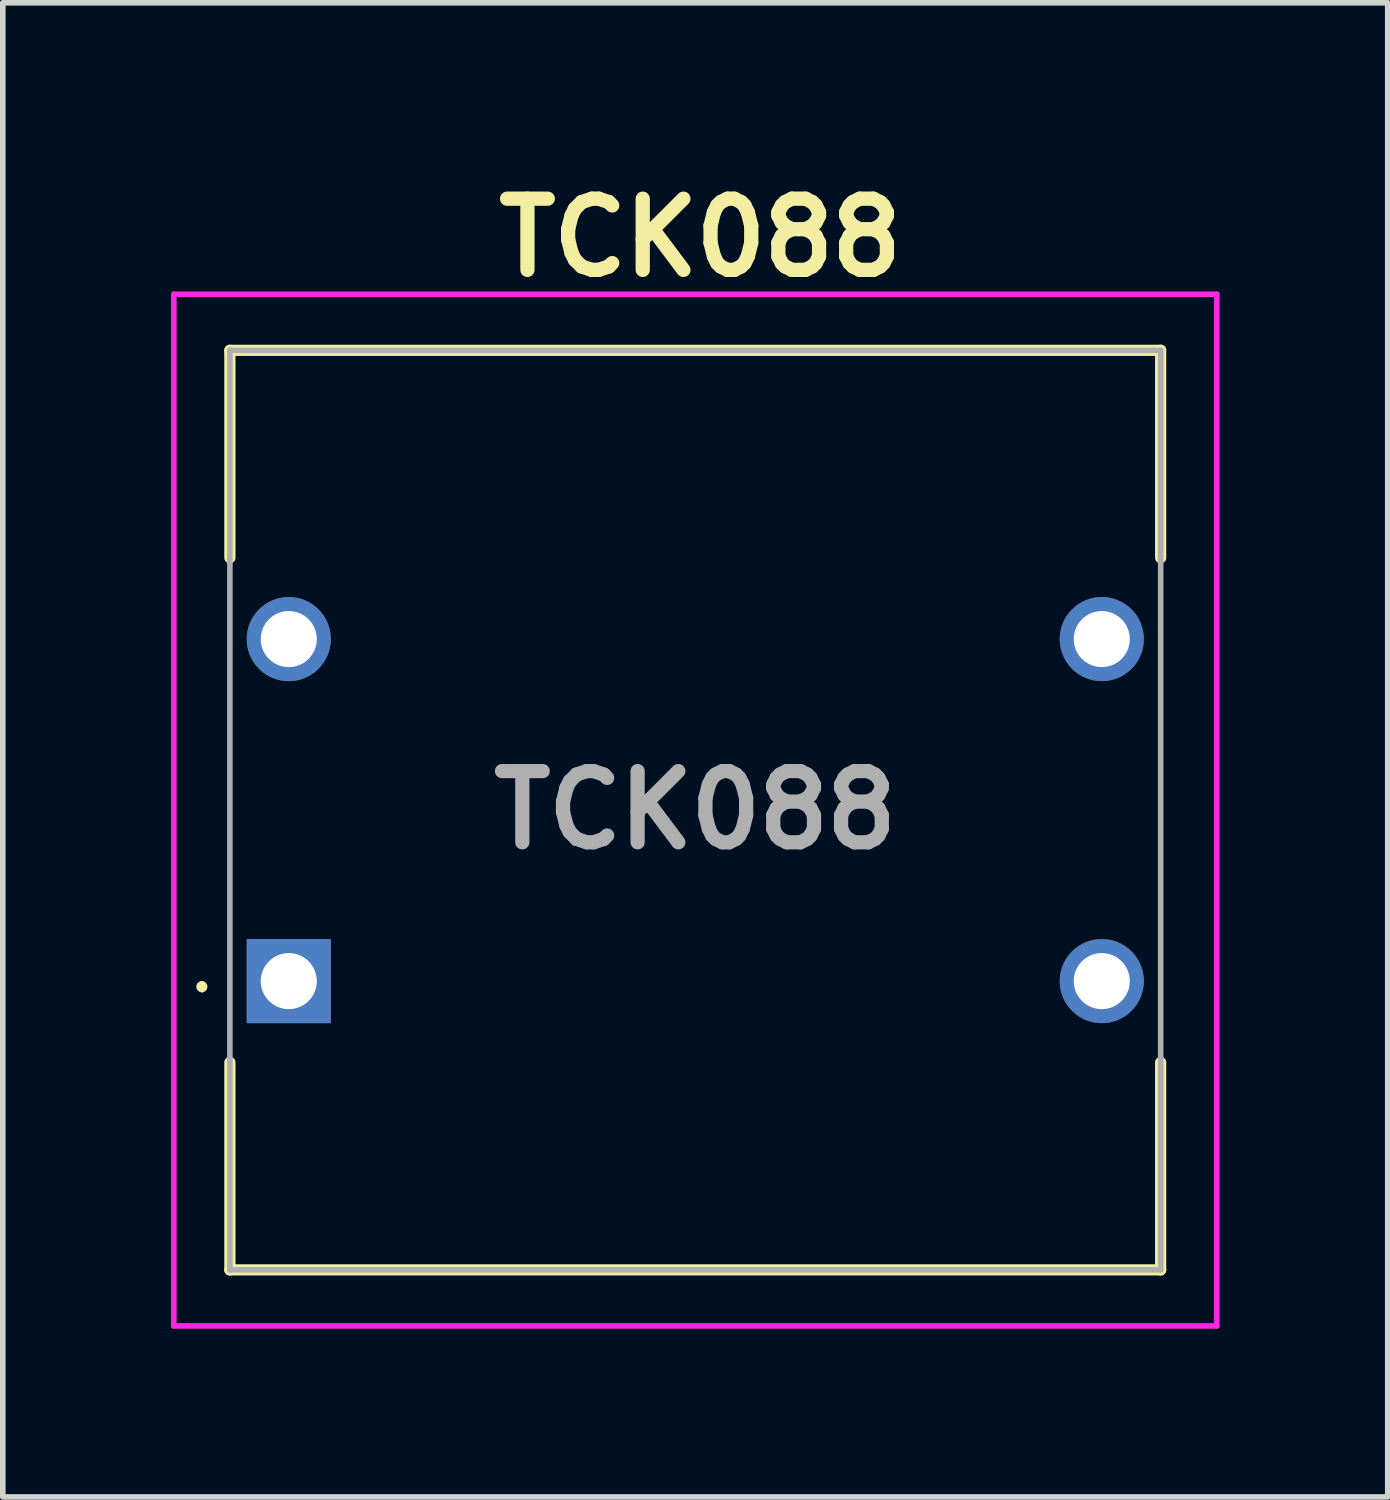
<source format=kicad_pcb>
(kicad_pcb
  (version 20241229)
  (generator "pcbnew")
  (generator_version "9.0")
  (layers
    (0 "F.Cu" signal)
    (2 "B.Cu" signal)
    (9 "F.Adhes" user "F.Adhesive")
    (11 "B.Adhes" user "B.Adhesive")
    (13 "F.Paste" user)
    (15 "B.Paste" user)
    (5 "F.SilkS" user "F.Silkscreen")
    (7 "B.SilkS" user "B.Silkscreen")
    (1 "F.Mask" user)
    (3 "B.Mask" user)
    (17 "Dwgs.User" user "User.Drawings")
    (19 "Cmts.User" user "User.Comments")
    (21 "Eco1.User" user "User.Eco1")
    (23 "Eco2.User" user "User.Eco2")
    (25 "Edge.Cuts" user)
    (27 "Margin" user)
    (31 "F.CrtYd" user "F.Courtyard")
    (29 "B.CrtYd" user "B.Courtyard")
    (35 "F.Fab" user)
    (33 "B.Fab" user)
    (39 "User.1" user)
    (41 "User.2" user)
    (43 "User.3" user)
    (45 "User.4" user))
  (footprint "TCK088"
    (layer "F.Cu")
    (at 2.1 14.448)
    (property "Reference" "TCK088" (at 7.341 -13.259 0) (layer "F.SilkS") (effects (font (size 1.27 1.27) (thickness 0.254))))
    (attr through_hole)
    (fp_line (start -1.55 0.05) (end -1.55 0.05) (stroke (width 0.1) (type solid)) (layer "F.SilkS"))
    (fp_line (start -1.55 0.15) (end -1.55 0.15) (stroke (width 0.1) (type solid)) (layer "F.SilkS"))
    (fp_line (start -1.05 -11.25) (end -1.05 -7.55) (stroke (width 0.2) (type solid)) (layer "F.SilkS"))
    (fp_line (start -1.05 1.45) (end -1.05 5.15) (stroke (width 0.2) (type solid)) (layer "F.SilkS"))
    (fp_line (start -1.05 5.15) (end 15.55 5.15) (stroke (width 0.2) (type solid)) (layer "F.SilkS"))
    (fp_line (start 15.55 -11.25) (end -1.05 -11.25) (stroke (width 0.2) (type solid)) (layer "F.SilkS"))
    (fp_line (start 15.55 -7.55) (end 15.55 -11.25) (stroke (width 0.2) (type solid)) (layer "F.SilkS"))
    (fp_line (start 15.55 5.15) (end 15.55 1.45) (stroke (width 0.2) (type solid)) (layer "F.SilkS"))
    (fp_arc (start -1.55 0.05) (mid -1.5 0.1) (end -1.55 0.15) (stroke (width 0.1) (type solid)) (layer "F.SilkS"))
    (fp_arc (start -1.55 0.15) (mid -1.6 0.1) (end -1.55 0.05) (stroke (width 0.1) (type solid)) (layer "F.SilkS"))
    (fp_line (start -2.05 -12.25) (end 16.55 -12.25) (stroke (width 0.1) (type solid)) (layer "F.CrtYd"))
    (fp_line (start -2.05 6.15) (end -2.05 -12.25) (stroke (width 0.1) (type solid)) (layer "F.CrtYd"))
    (fp_line (start 16.55 -12.25) (end 16.55 6.15) (stroke (width 0.1) (type solid)) (layer "F.CrtYd"))
    (fp_line (start 16.55 6.15) (end -2.05 6.15) (stroke (width 0.1) (type solid)) (layer "F.CrtYd"))
    (fp_line (start -1.05 -11.25) (end 15.55 -11.25) (stroke (width 0.1) (type solid)) (layer "F.Fab"))
    (fp_line (start -1.05 5.15) (end -1.05 -11.25) (stroke (width 0.1) (type solid)) (layer "F.Fab"))
    (fp_line (start 15.55 -11.25) (end 15.55 5.15) (stroke (width 0.1) (type solid)) (layer "F.Fab"))
    (fp_line (start 15.55 5.15) (end -1.05 5.15) (stroke (width 0.1) (type solid)) (layer "F.Fab"))
    (fp_text user "${REFERENCE}" (at 7.25 -3.05 0) (layer "F.Fab") (effects (font (size 1.27 1.27) (thickness 0.254))))
    (pad "1" thru_hole rect (at 0 0) (size 1.5 1.5) (drill 1) (layers "*.Cu" "*.Mask"))
    (pad "2" thru_hole circle (at 14.5 0) (size 1.5 1.5) (drill 1) (layers "*.Cu" "*.Mask"))
    (pad "3" thru_hole circle (at 14.5 -6.1) (size 1.5 1.5) (drill 1) (layers "*.Cu" "*.Mask"))
    (pad "4" thru_hole circle (at 0 -6.1) (size 1.5 1.5) (drill 1) (layers "*.Cu" "*.Mask")))
  (gr_rect
    (start -3 -3)
    (end 21.7 23.648)
    (stroke (width 0.1) (type default))
    (fill no)
    (layer "Edge.Cuts")))
</source>
